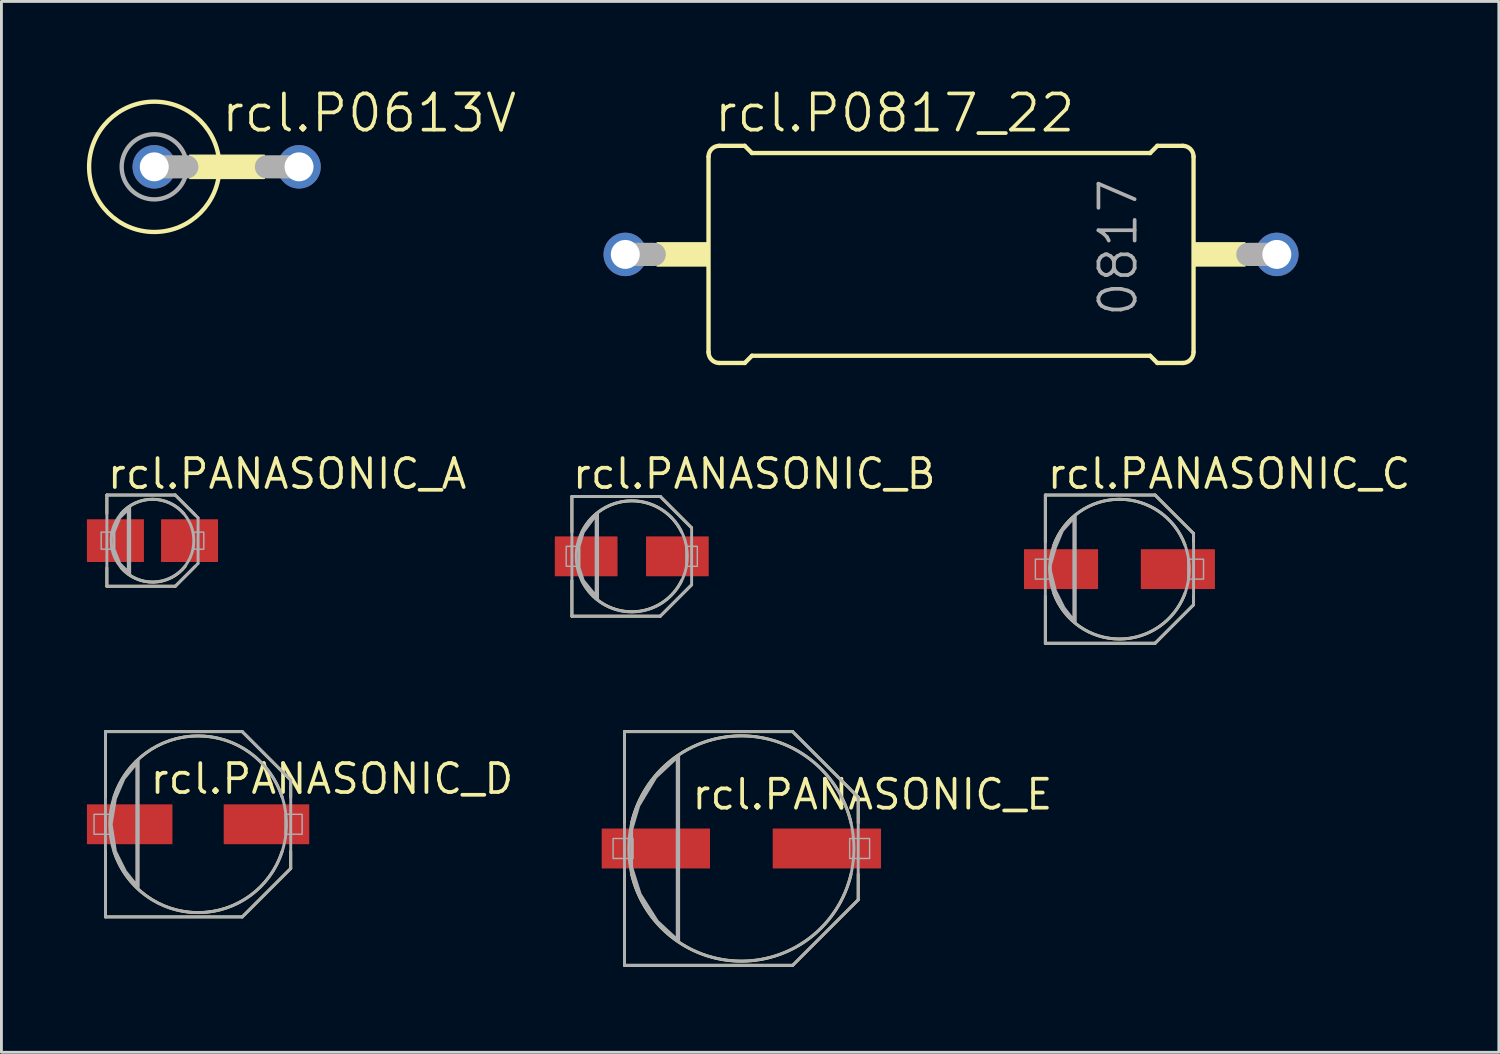
<source format=kicad_pcb>
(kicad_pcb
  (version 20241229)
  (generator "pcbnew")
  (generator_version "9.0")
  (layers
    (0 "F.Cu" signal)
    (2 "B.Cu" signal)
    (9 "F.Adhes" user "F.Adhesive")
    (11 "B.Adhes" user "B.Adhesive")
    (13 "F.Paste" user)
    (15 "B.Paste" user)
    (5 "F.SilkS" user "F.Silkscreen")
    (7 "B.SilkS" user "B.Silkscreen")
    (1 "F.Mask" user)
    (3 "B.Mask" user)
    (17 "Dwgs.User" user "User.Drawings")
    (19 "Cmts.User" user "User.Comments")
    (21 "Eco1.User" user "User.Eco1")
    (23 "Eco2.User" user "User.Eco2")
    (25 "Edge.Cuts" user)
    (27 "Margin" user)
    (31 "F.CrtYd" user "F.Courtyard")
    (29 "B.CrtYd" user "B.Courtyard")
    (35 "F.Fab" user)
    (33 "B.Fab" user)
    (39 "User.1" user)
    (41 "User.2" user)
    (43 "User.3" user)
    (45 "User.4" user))
  (footprint "rcl.PANASONIC_E"
    (layer "F.Cu")
    (at 22.961 26.72)
    (property "Reference" "rcl.PANASONIC_E" (at -1.8 -1.3 0) (layer "F.SilkS") (effects (font (size 1.016 1.016) (thickness 0.13)) (justify left bottom)))
    (attr smd)
    (fp_line (start -4.1 -4.1) (end 1.8 -4.1) (stroke (width 0.102) (type default)) (layer "F.SilkS"))
    (fp_line (start -4.1 -0.9) (end -4.1 -4.1) (stroke (width 0.102) (type default)) (layer "F.SilkS"))
    (fp_line (start -4.1 4.1) (end -4.1 0.9) (stroke (width 0.102) (type default)) (layer "F.SilkS"))
    (fp_line (start 1.8 -4.1) (end 4.1 -1.8) (stroke (width 0.102) (type default)) (layer "F.SilkS"))
    (fp_line (start 1.8 4.1) (end -4.1 4.1) (stroke (width 0.102) (type default)) (layer "F.SilkS"))
    (fp_line (start 4.1 -1.8) (end 4.1 -0.9) (stroke (width 0.102) (type default)) (layer "F.SilkS"))
    (fp_line (start 4.1 0.9) (end 4.1 1.8) (stroke (width 0.102) (type default)) (layer "F.SilkS"))
    (fp_line (start 4.1 1.8) (end 1.8 4.1) (stroke (width 0.102) (type default)) (layer "F.SilkS"))
    (fp_arc (start -3.85 -0.9) (mid 0 -3.953796) (end 3.85 -0.9) (stroke (width 0.1016) (type default)) (layer "F.SilkS"))
    (fp_arc (start 3.85 0.9) (mid 0 3.953796) (end -3.85 0.9) (stroke (width 0.1016) (type default)) (layer "F.SilkS"))
    (fp_line (start -4.1 -4.1) (end 1.8 -4.1) (stroke (width 0.102) (type default)) (layer "F.Fab"))
    (fp_line (start -4.1 4.1) (end -4.1 -4.1) (stroke (width 0.102) (type default)) (layer "F.Fab"))
    (fp_line (start -2.2 -3.25) (end -2.2 3.25) (stroke (width 0.102) (type default)) (layer "F.Fab"))
    (fp_line (start 1.8 -4.1) (end 4.1 -1.8) (stroke (width 0.102) (type default)) (layer "F.Fab"))
    (fp_line (start 1.8 4.1) (end -4.1 4.1) (stroke (width 0.102) (type default)) (layer "F.Fab"))
    (fp_line (start 4.1 -1.8) (end 4.1 1.8) (stroke (width 0.102) (type default)) (layer "F.Fab"))
    (fp_line (start 4.1 1.8) (end 1.8 4.1) (stroke (width 0.102) (type default)) (layer "F.Fab"))
    (fp_rect (start -4.5 0.35) (end -3.8 -0.35) (stroke (width 0.05) (type default)) (fill no) (layer "F.Fab"))
    (fp_rect (start 3.8 0.35) (end 4.5 -0.35) (stroke (width 0.05) (type default)) (fill no) (layer "F.Fab"))
    (fp_circle (center 0 0) (end 3.95 0) (stroke (width 0.102) (type default)) (fill no) (layer "F.Fab"))
    (fp_poly (pts (xy -2.25 -3.2) (xy -3 -2.5) (xy -3.6 -1.5) (xy -3.85 -0.65) (xy -3.85 0.65) (xy -3.55 1.6) (xy -2.95 2.55) (xy -2.25 3.2) (xy -2.25 -3.15)) (stroke (width 0.102) (type default)) (fill no) (layer "F.Fab"))
    (pad "+" smd roundrect (at 3 0) (size 3.8 1.4) (layers "F.Cu" "F.Mask" "F.Paste") (roundrect_rratio 0.01))
    (pad "-" smd roundrect (at -3 0) (size 3.8 1.4) (layers "F.Cu" "F.Mask" "F.Paste") (roundrect_rratio 0.01)))
  (footprint "rcl.P0817_22"
    (layer "F.Cu")
    (at 30.318 5.876)
    (property "Reference" "rcl.P0817_22" (at -8.382 -4.216 0) (layer "F.SilkS") (effects (font (size 1.27 1.27) (thickness 0.13)) (justify left bottom)))
    (attr through_hole)
    (fp_line (start -8.509 3.429) (end -8.509 -3.429) (stroke (width 0.152) (type default)) (layer "F.SilkS"))
    (fp_line (start -8.128 -3.81) (end -7.239 -3.81) (stroke (width 0.152) (type default)) (layer "F.SilkS"))
    (fp_line (start -8.128 3.81) (end -7.239 3.81) (stroke (width 0.152) (type default)) (layer "F.SilkS"))
    (fp_line (start -6.985 -3.556) (end -7.239 -3.81) (stroke (width 0.152) (type default)) (layer "F.SilkS"))
    (fp_line (start -6.985 3.556) (end -7.239 3.81) (stroke (width 0.152) (type default)) (layer "F.SilkS"))
    (fp_line (start 6.985 -3.556) (end -6.985 -3.556) (stroke (width 0.152) (type default)) (layer "F.SilkS"))
    (fp_line (start 6.985 -3.556) (end 7.239 -3.81) (stroke (width 0.152) (type default)) (layer "F.SilkS"))
    (fp_line (start 6.985 3.556) (end -6.985 3.556) (stroke (width 0.152) (type default)) (layer "F.SilkS"))
    (fp_line (start 6.985 3.556) (end 7.239 3.81) (stroke (width 0.152) (type default)) (layer "F.SilkS"))
    (fp_line (start 8.128 -3.81) (end 7.239 -3.81) (stroke (width 0.152) (type default)) (layer "F.SilkS"))
    (fp_line (start 8.128 3.81) (end 7.239 3.81) (stroke (width 0.152) (type default)) (layer "F.SilkS"))
    (fp_line (start 8.509 3.429) (end 8.509 -3.429) (stroke (width 0.152) (type default)) (layer "F.SilkS"))
    (fp_rect (start -10.312 0.406) (end -8.509 -0.406) (stroke (width 0.05) (type default)) (fill yes) (layer "F.SilkS"))
    (fp_rect (start 8.509 0.406) (end 10.312 -0.406) (stroke (width 0.05) (type default)) (fill yes) (layer "F.SilkS"))
    (fp_arc (start -8.509 -3.429) (mid -8.397408 -3.698408) (end -8.128 -3.81) (stroke (width 0.1524) (type default)) (layer "F.SilkS"))
    (fp_arc (start -8.128 3.81) (mid -8.397408 3.698408) (end -8.509 3.429) (stroke (width 0.1524) (type default)) (layer "F.SilkS"))
    (fp_arc (start 8.128 -3.81) (mid 8.397408 -3.698408) (end 8.509 -3.429) (stroke (width 0.1524) (type default)) (layer "F.SilkS"))
    (fp_arc (start 8.509 3.429) (mid 8.397408 3.698408) (end 8.128 3.81) (stroke (width 0.1524) (type default)) (layer "F.SilkS"))
    (fp_line (start -10.414 0) (end -11.43 0) (stroke (width 0.813) (type default)) (layer "F.Fab"))
    (fp_line (start 11.43 0) (end 10.414 0) (stroke (width 0.813) (type default)) (layer "F.Fab"))
    (fp_text user "0817" (at 6.604 2.261 90) (layer "F.Fab") (effects (font (size 1.27 1.27) (thickness 0.13)) (justify left bottom)))
    (pad "1" thru_hole circle (at -11.43 0) (size 1.524 1.524) (drill 1.016) (layers "*.Cu" "*.Mask"))
    (pad "2" thru_hole circle (at 11.43 0) (size 1.524 1.524) (drill 1.016) (layers "*.Cu" "*.Mask")))
  (footprint "rcl.PANASONIC_A"
    (layer "F.Cu")
    (at 2.3 15.919)
    (property "Reference" "rcl.PANASONIC_A" (at -1.65 -1.75 0) (layer "F.SilkS") (effects (font (size 1.016 1.016) (thickness 0.13)) (justify left bottom)))
    (attr smd)
    (fp_line (start -1.6 -1.6) (end 0.8 -1.6) (stroke (width 0.102) (type default)) (layer "F.SilkS"))
    (fp_line (start -1.6 -0.95) (end -1.6 -1.6) (stroke (width 0.102) (type default)) (layer "F.SilkS"))
    (fp_line (start -1.6 1.6) (end -1.6 0.95) (stroke (width 0.102) (type default)) (layer "F.SilkS"))
    (fp_line (start 0.8 -1.6) (end 1.5 -0.9) (stroke (width 0.102) (type default)) (layer "F.SilkS"))
    (fp_line (start 0.8 1.6) (end -1.6 1.6) (stroke (width 0.102) (type default)) (layer "F.SilkS"))
    (fp_line (start 1.5 0.9) (end 0.8 1.6) (stroke (width 0.102) (type default)) (layer "F.SilkS"))
    (fp_arc (start -1.1 -0.95) (mid 0 -1.453444) (end 1.1 -0.95) (stroke (width 0.1016) (type default)) (layer "F.SilkS"))
    (fp_arc (start 1.15 0.9) (mid 0.03681 1.456451) (end -1.1 0.95) (stroke (width 0.1016) (type default)) (layer "F.SilkS"))
    (fp_line (start -1.6 -1.6) (end 0.8 -1.6) (stroke (width 0.102) (type default)) (layer "F.Fab"))
    (fp_line (start -1.6 1.6) (end -1.6 -1.6) (stroke (width 0.102) (type default)) (layer "F.Fab"))
    (fp_line (start -0.8 -1.2) (end -0.8 1.2) (stroke (width 0.102) (type default)) (layer "F.Fab"))
    (fp_line (start 0.8 -1.6) (end 1.6 -0.8) (stroke (width 0.102) (type default)) (layer "F.Fab"))
    (fp_line (start 0.8 1.6) (end -1.6 1.6) (stroke (width 0.102) (type default)) (layer "F.Fab"))
    (fp_line (start 1.6 -0.8) (end 1.6 0.8) (stroke (width 0.102) (type default)) (layer "F.Fab"))
    (fp_line (start 1.6 0.8) (end 0.8 1.6) (stroke (width 0.102) (type default)) (layer "F.Fab"))
    (fp_rect (start -1.8 0.3) (end -1.45 -0.3) (stroke (width 0.05) (type default)) (fill no) (layer "F.Fab"))
    (fp_rect (start 1.45 0.3) (end 1.8 -0.3) (stroke (width 0.05) (type default)) (fill no) (layer "F.Fab"))
    (fp_circle (center 0 0) (end 1.45 0) (stroke (width 0.102) (type default)) (fill no) (layer "F.Fab"))
    (fp_poly (pts (xy -0.85 -1.1) (xy -1.15 -0.8) (xy -1.35 -0.3) (xy -1.35 0.3) (xy -1.15 0.8) (xy -0.85 1.1) (xy -0.85 -1.05)) (stroke (width 0.102) (type default)) (fill no) (layer "F.Fab"))
    (pad "+" smd roundrect (at 1.3 0) (size 2 1.5) (layers "F.Cu" "F.Mask" "F.Paste") (roundrect_rratio 0.01))
    (pad "-" smd roundrect (at -1.3 0) (size 2 1.5) (layers "F.Cu" "F.Mask" "F.Paste") (roundrect_rratio 0.01)))
  (footprint "rcl.P0613V"
    (layer "F.Cu")
    (at 4.902 2.803)
    (property "Reference" "rcl.P0613V" (at -0.254 -1.143 0) (layer "F.SilkS") (effects (font (size 1.27 1.27) (thickness 0.13)) (justify left bottom)))
    (attr through_hole)
    (fp_rect (start -1.295 0.406) (end 1.321 -0.406) (stroke (width 0.05) (type default)) (fill yes) (layer "F.SilkS"))
    (fp_circle (center -2.54 0) (end -0.254 0) (stroke (width 0.152) (type default)) (fill no) (layer "F.SilkS"))
    (fp_line (start -2.54 0) (end -1.397 0) (stroke (width 0.813) (type default)) (layer "F.Fab"))
    (fp_line (start 2.54 0) (end 1.397 0) (stroke (width 0.813) (type default)) (layer "F.Fab"))
    (fp_circle (center -2.54 0) (end -1.397 0) (stroke (width 0.152) (type default)) (fill no) (layer "F.Fab"))
    (pad "1" thru_hole circle (at -2.54 0) (size 1.524 1.524) (drill 1.016) (layers "*.Cu" "*.Mask"))
    (pad "2" thru_hole circle (at 2.54 0) (size 1.524 1.524) (drill 1.016) (layers "*.Cu" "*.Mask")))
  (footprint "rcl.PANASONIC_B"
    (layer "F.Cu")
    (at 19.116 16.469)
    (property "Reference" "rcl.PANASONIC_B" (at -2.15 -2.3 0) (layer "F.SilkS") (effects (font (size 1.016 1.016) (thickness 0.13)) (justify left bottom)))
    (attr smd)
    (fp_line (start -2.1 -2.1) (end 1 -2.1) (stroke (width 0.102) (type default)) (layer "F.SilkS"))
    (fp_line (start -2.1 -0.85) (end -2.1 -2.1) (stroke (width 0.102) (type default)) (layer "F.SilkS"))
    (fp_line (start -2.1 2.1) (end -2.1 0.85) (stroke (width 0.102) (type default)) (layer "F.SilkS"))
    (fp_line (start 1 -2.1) (end 2.1 -1) (stroke (width 0.102) (type default)) (layer "F.SilkS"))
    (fp_line (start 1 2.1) (end -2.1 2.1) (stroke (width 0.102) (type default)) (layer "F.SilkS"))
    (fp_line (start 2.1 1) (end 1 2.1) (stroke (width 0.102) (type default)) (layer "F.SilkS"))
    (fp_arc (start -1.75 -0.85) (mid 0 -1.945508) (end 1.75 -0.85) (stroke (width 0.1016) (type default)) (layer "F.SilkS"))
    (fp_arc (start 1.75 0.85) (mid 0 1.945508) (end -1.75 0.85) (stroke (width 0.1016) (type default)) (layer "F.SilkS"))
    (fp_line (start -2.1 -2.1) (end 1 -2.1) (stroke (width 0.102) (type default)) (layer "F.Fab"))
    (fp_line (start -2.1 2.1) (end -2.1 -2.1) (stroke (width 0.102) (type default)) (layer "F.Fab"))
    (fp_line (start -1.2 -1.5) (end -1.2 1.5) (stroke (width 0.102) (type default)) (layer "F.Fab"))
    (fp_line (start 1 -2.1) (end 2.1 -1) (stroke (width 0.102) (type default)) (layer "F.Fab"))
    (fp_line (start 1 2.1) (end -2.1 2.1) (stroke (width 0.102) (type default)) (layer "F.Fab"))
    (fp_line (start 2.1 -1) (end 2.1 1) (stroke (width 0.102) (type default)) (layer "F.Fab"))
    (fp_line (start 2.1 1) (end 1 2.1) (stroke (width 0.102) (type default)) (layer "F.Fab"))
    (fp_rect (start -2.3 0.35) (end -1.85 -0.35) (stroke (width 0.05) (type default)) (fill no) (layer "F.Fab"))
    (fp_rect (start 1.9 0.35) (end 2.3 -0.35) (stroke (width 0.05) (type default)) (fill no) (layer "F.Fab"))
    (fp_circle (center 0 0) (end 1.95 0) (stroke (width 0.102) (type default)) (fill no) (layer "F.Fab"))
    (fp_poly (pts (xy -1.25 -1.45) (xy -1.7 -0.85) (xy -1.85 -0.35) (xy -1.85 0.4) (xy -1.7 0.85) (xy -1.25 1.4) (xy -1.25 -1.4)) (stroke (width 0.102) (type default)) (fill no) (layer "F.Fab"))
    (pad "+" smd roundrect (at 1.6 0) (size 2.2 1.4) (layers "F.Cu" "F.Mask" "F.Paste") (roundrect_rratio 0.01))
    (pad "-" smd roundrect (at -1.6 0) (size 2.2 1.4) (layers "F.Cu" "F.Mask" "F.Paste") (roundrect_rratio 0.01)))
  (footprint "rcl.PANASONIC_C"
    (layer "F.Cu")
    (at 36.227 16.919)
    (property "Reference" "rcl.PANASONIC_C" (at -2.6 -2.75 0) (layer "F.SilkS") (effects (font (size 1.016 1.016) (thickness 0.13)) (justify left bottom)))
    (attr smd)
    (fp_line (start -2.6 -2.6) (end 1.25 -2.6) (stroke (width 0.102) (type default)) (layer "F.SilkS"))
    (fp_line (start -2.6 -0.95) (end -2.6 -2.6) (stroke (width 0.102) (type default)) (layer "F.SilkS"))
    (fp_line (start -2.6 2.6) (end -2.6 0.95) (stroke (width 0.102) (type default)) (layer "F.SilkS"))
    (fp_line (start 1.25 -2.6) (end 2.6 -1.25) (stroke (width 0.102) (type default)) (layer "F.SilkS"))
    (fp_line (start 1.25 2.6) (end -2.6 2.6) (stroke (width 0.102) (type default)) (layer "F.SilkS"))
    (fp_line (start 2.6 -1.25) (end 2.6 -0.95) (stroke (width 0.102) (type default)) (layer "F.SilkS"))
    (fp_line (start 2.6 0.95) (end 2.6 1.25) (stroke (width 0.102) (type default)) (layer "F.SilkS"))
    (fp_line (start 2.6 1.25) (end 1.25 2.6) (stroke (width 0.102) (type default)) (layer "F.SilkS"))
    (fp_arc (start -2.3 -0.85) (mid 0 -2.45204) (end 2.3 -0.85) (stroke (width 0.1016) (type default)) (layer "F.SilkS"))
    (fp_arc (start 2.3 0.85) (mid 0 2.45204) (end -2.3 0.85) (stroke (width 0.1016) (type default)) (layer "F.SilkS"))
    (fp_line (start -2.6 -2.6) (end 1.25 -2.6) (stroke (width 0.102) (type default)) (layer "F.Fab"))
    (fp_line (start -2.6 2.6) (end -2.6 -2.6) (stroke (width 0.102) (type default)) (layer "F.Fab"))
    (fp_line (start -1.55 -1.85) (end -1.55 1.85) (stroke (width 0.102) (type default)) (layer "F.Fab"))
    (fp_line (start 1.25 -2.6) (end 2.6 -1.25) (stroke (width 0.102) (type default)) (layer "F.Fab"))
    (fp_line (start 1.25 2.6) (end -2.6 2.6) (stroke (width 0.102) (type default)) (layer "F.Fab"))
    (fp_line (start 2.6 -1.25) (end 2.6 1.25) (stroke (width 0.102) (type default)) (layer "F.Fab"))
    (fp_line (start 2.6 1.25) (end 1.25 2.6) (stroke (width 0.102) (type default)) (layer "F.Fab"))
    (fp_rect (start -2.95 0.35) (end -2.4 -0.35) (stroke (width 0.05) (type default)) (fill no) (layer "F.Fab"))
    (fp_rect (start 2.4 0.35) (end 2.95 -0.35) (stroke (width 0.05) (type default)) (fill no) (layer "F.Fab"))
    (fp_circle (center 0 0) (end 2.45 0) (stroke (width 0.102) (type default)) (fill no) (layer "F.Fab"))
    (fp_poly (pts (xy -1.6 -1.8) (xy -2 -1.35) (xy -2.25 -0.75) (xy -2.45 -0.05) (xy -2.25 0.75) (xy -1.95 1.35) (xy -1.6 1.8)) (stroke (width 0.102) (type default)) (fill no) (layer "F.Fab"))
    (pad "+" smd roundrect (at 2.05 0) (size 2.6 1.4) (layers "F.Cu" "F.Mask" "F.Paste") (roundrect_rratio 0.01))
    (pad "-" smd roundrect (at -2.05 0) (size 2.6 1.4) (layers "F.Cu" "F.Mask" "F.Paste") (roundrect_rratio 0.01)))
  (footprint "rcl.PANASONIC_D"
    (layer "F.Cu")
    (at 3.9 25.87)
    (property "Reference" "rcl.PANASONIC_D" (at -1.75 -1 0) (layer "F.SilkS") (effects (font (size 1.016 1.016) (thickness 0.13)) (justify left bottom)))
    (attr smd)
    (fp_line (start -3.25 -3.25) (end 1.55 -3.25) (stroke (width 0.102) (type default)) (layer "F.SilkS"))
    (fp_line (start -3.25 -0.95) (end -3.25 -3.25) (stroke (width 0.102) (type default)) (layer "F.SilkS"))
    (fp_line (start -3.25 3.25) (end -3.25 0.95) (stroke (width 0.102) (type default)) (layer "F.SilkS"))
    (fp_line (start 1.55 -3.25) (end 3.25 -1.55) (stroke (width 0.102) (type default)) (layer "F.SilkS"))
    (fp_line (start 1.55 3.25) (end -3.25 3.25) (stroke (width 0.102) (type default)) (layer "F.SilkS"))
    (fp_line (start 3.25 -1.55) (end 3.25 -0.95) (stroke (width 0.102) (type default)) (layer "F.SilkS"))
    (fp_line (start 3.25 0.95) (end 3.25 1.55) (stroke (width 0.102) (type default)) (layer "F.SilkS"))
    (fp_line (start 3.25 1.55) (end 1.55 3.25) (stroke (width 0.102) (type default)) (layer "F.SilkS"))
    (fp_arc (start -2.95 -0.95) (mid 0 -3.099193) (end 2.95 -0.95) (stroke (width 0.1016) (type default)) (layer "F.SilkS"))
    (fp_arc (start 2.95 0.95) (mid 0 3.099193) (end -2.95 0.95) (stroke (width 0.1016) (type default)) (layer "F.SilkS"))
    (fp_line (start -3.25 -3.25) (end 1.55 -3.25) (stroke (width 0.102) (type default)) (layer "F.Fab"))
    (fp_line (start -3.25 3.25) (end -3.25 -3.25) (stroke (width 0.102) (type default)) (layer "F.Fab"))
    (fp_line (start -2.1 -2.25) (end -2.1 2.2) (stroke (width 0.102) (type default)) (layer "F.Fab"))
    (fp_line (start 1.55 -3.25) (end 3.25 -1.55) (stroke (width 0.102) (type default)) (layer "F.Fab"))
    (fp_line (start 1.55 3.25) (end -3.25 3.25) (stroke (width 0.102) (type default)) (layer "F.Fab"))
    (fp_line (start 3.25 -1.55) (end 3.25 1.55) (stroke (width 0.102) (type default)) (layer "F.Fab"))
    (fp_line (start 3.25 1.55) (end 1.55 3.25) (stroke (width 0.102) (type default)) (layer "F.Fab"))
    (fp_rect (start -3.65 0.35) (end -3.05 -0.35) (stroke (width 0.05) (type default)) (fill no) (layer "F.Fab"))
    (fp_rect (start 3.05 0.35) (end 3.65 -0.35) (stroke (width 0.05) (type default)) (fill no) (layer "F.Fab"))
    (fp_circle (center 0 0) (end 3.1 0) (stroke (width 0.102) (type default)) (fill no) (layer "F.Fab"))
    (fp_poly (pts (xy -2.15 -2.15) (xy -2.6 -1.6) (xy -2.9 -0.9) (xy -3.05 0) (xy -2.9 0.95) (xy -2.55 1.65) (xy -2.15 2.15) (xy -2.15 -2.1)) (stroke (width 0.102) (type default)) (fill no) (layer "F.Fab"))
    (pad "+" smd roundrect (at 2.4 0) (size 3 1.4) (layers "F.Cu" "F.Mask" "F.Paste") (roundrect_rratio 0.01))
    (pad "-" smd roundrect (at -2.4 0) (size 3 1.4) (layers "F.Cu" "F.Mask" "F.Paste") (roundrect_rratio 0.01)))
  (gr_rect
    (start -3 -3)
    (end 49.538 33.871)
    (stroke (width 0.1) (type default))
    (fill no)
    (layer "Edge.Cuts")))
</source>
